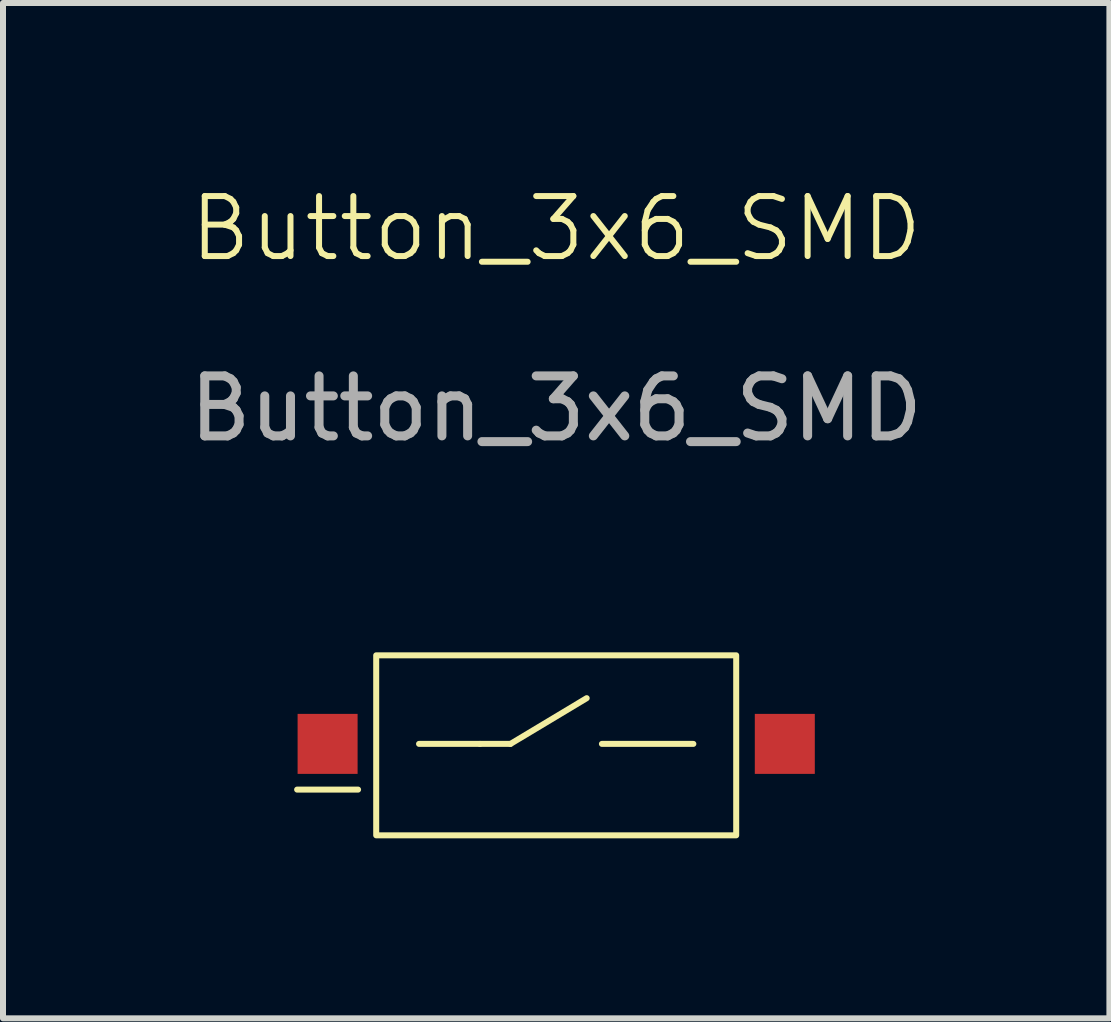
<source format=kicad_pcb>
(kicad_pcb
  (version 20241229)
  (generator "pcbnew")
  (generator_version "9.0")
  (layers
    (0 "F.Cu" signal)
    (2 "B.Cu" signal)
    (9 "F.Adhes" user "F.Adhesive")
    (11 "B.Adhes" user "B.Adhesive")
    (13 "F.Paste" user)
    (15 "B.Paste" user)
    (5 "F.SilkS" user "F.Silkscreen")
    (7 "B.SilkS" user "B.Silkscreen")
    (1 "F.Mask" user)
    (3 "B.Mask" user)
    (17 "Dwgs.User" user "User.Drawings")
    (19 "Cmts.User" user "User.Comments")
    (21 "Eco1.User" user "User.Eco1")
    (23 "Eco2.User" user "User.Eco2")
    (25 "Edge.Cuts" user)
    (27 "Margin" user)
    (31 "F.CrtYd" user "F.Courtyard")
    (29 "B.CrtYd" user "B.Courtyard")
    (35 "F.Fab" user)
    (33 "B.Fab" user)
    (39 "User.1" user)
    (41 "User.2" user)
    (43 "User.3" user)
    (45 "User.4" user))
  (footprint "Button_3x6_SMD"
    (layer "F.Cu")
    (at 6.22 9.348)
    (property "Reference" "Button_3x6_SMD" (at 0 -8.588 0) (unlocked yes) (layer "F.SilkS") (effects (font (size 1 1) (thickness 0.1))))
    (attr smd)
    (fp_line (start -3.302 0.762) (end -4.318 0.762) (stroke (width 0.1) (type default)) (layer "F.SilkS"))
    (fp_line (start -2.286 0) (end -1.27 0) (stroke (width 0.1) (type default)) (layer "F.SilkS"))
    (fp_line (start -1.27 0) (end -0.762 0) (stroke (width 0.1) (type default)) (layer "F.SilkS"))
    (fp_line (start -0.762 0) (end 0.508 -0.762) (stroke (width 0.1) (type default)) (layer "F.SilkS"))
    (fp_line (start 2.286 0) (end 0.762 0) (stroke (width 0.1) (type default)) (layer "F.SilkS"))
    (fp_rect (start -3 -1.476) (end 3 1.524) (stroke (width 0.1) (type default)) (fill no) (layer "F.SilkS"))
    (fp_text user "${REFERENCE}" (at 0 -5.588 0) (unlocked yes) (layer "F.Fab") (effects (font (size 1 1) (thickness 0.15))))
    (pad "1" smd rect (at -3.81 0 90) (size 1 1) (layers "F.Cu" "F.Mask" "F.Paste"))
    (pad "2" smd rect (at 3.81 0 90) (size 1 1) (layers "F.Cu" "F.Mask" "F.Paste")))
  (gr_rect
    (start -3 -3)
    (end 15.44 13.922)
    (stroke (width 0.1) (type default))
    (fill no)
    (layer "Edge.Cuts")))
</source>
